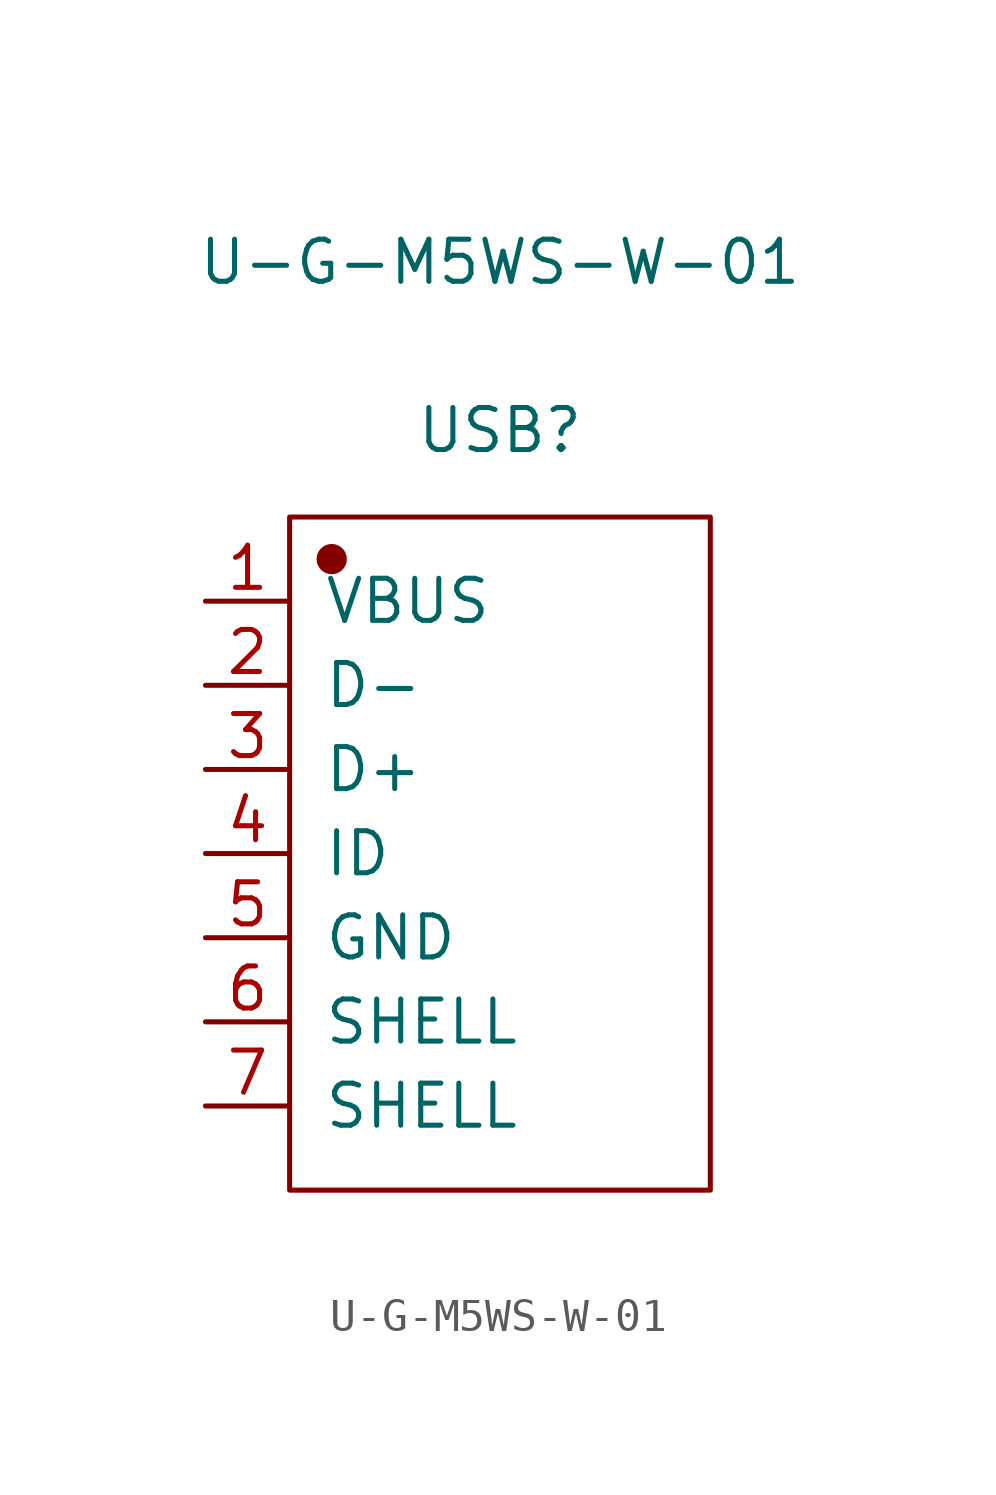
<source format=kicad_sym>
(kicad_symbol_lib
  (version 20220914)
  (generator kicad_symbol_editor)
  (symbol "U-G-M5WS-W-01"
    (pin_names
      (offset 1.016))
    (property "Reference" "USB"
      (at 0 12.776 0)
      (effects (font (size 1.27 1.27))))
    (property "Value" "U-G-M5WS-W-01"
      (at 0 17.856 0)
      (effects (font (size 1.27 1.27))))
    (symbol "U-G-M5WS-W-01_1_1"
      (rectangle (start -6.35 10.16) (end 6.35 -10.16) (stroke (width 0.152) (type solid)) (fill (type none)))
      (circle (center -5.08 8.89) (radius 0.381) (stroke (width 0.152) (type solid)) (fill (type outline)))
      (pin input line (at -8.89 7.62 0) (length 2.54) (name "VBUS" (effects (font (size 1.27 1.27)))) (number "1" (effects (font (size 1.27 1.27)))))
      (pin input line (at -8.89 5.08 0) (length 2.54) (name "D-" (effects (font (size 1.27 1.27)))) (number "2" (effects (font (size 1.27 1.27)))))
      (pin input line (at -8.89 2.54 0) (length 2.54) (name "D+" (effects (font (size 1.27 1.27)))) (number "3" (effects (font (size 1.27 1.27)))))
      (pin input line (at -8.89 0 0) (length 2.54) (name "ID" (effects (font (size 1.27 1.27)))) (number "4" (effects (font (size 1.27 1.27)))))
      (pin input line (at -8.89 -2.54 0) (length 2.54) (name "GND" (effects (font (size 1.27 1.27)))) (number "5" (effects (font (size 1.27 1.27)))))
      (pin input line (at -8.89 -5.08 0) (length 2.54) (name "SHELL" (effects (font (size 1.27 1.27)))) (number "6" (effects (font (size 1.27 1.27)))))
      (pin input line (at -8.89 -7.62 0) (length 2.54) (name "SHELL" (effects (font (size 1.27 1.27)))) (number "7" (effects (font (size 1.27 1.27))))))))
</source>
